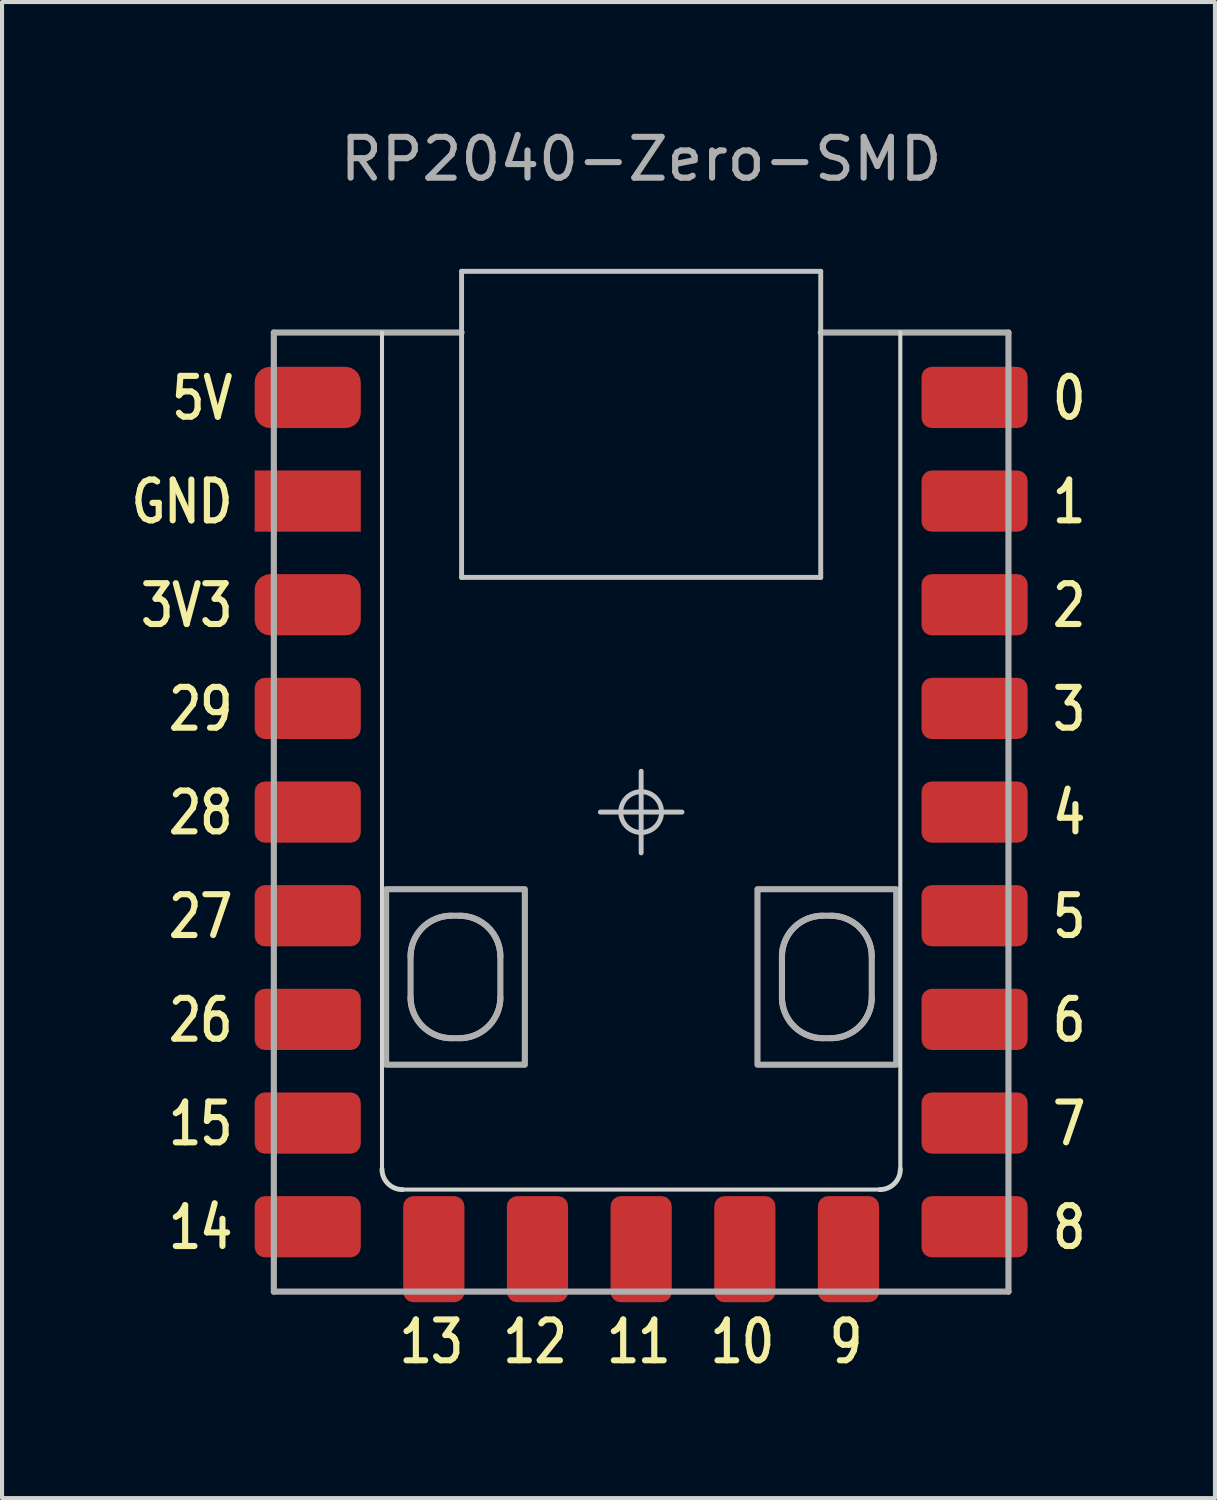
<source format=kicad_pcb>
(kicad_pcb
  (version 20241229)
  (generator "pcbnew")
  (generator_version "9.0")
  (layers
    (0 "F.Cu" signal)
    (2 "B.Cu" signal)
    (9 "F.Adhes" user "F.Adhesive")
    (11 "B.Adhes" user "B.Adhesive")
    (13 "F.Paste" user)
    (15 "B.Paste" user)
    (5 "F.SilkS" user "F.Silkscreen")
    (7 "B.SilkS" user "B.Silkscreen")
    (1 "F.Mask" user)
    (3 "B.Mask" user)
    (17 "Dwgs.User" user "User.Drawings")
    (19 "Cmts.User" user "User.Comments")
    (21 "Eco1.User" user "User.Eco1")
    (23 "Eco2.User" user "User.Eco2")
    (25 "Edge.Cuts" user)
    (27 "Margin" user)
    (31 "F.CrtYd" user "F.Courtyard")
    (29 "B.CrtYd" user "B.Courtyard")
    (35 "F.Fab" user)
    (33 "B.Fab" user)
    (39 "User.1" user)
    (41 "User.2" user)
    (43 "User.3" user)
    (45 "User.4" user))
  (footprint "RP2040-Zero-SMD"
    (layer "F.Cu")
    (at 12.66 16.848)
    (property "Reference" "RP2040-Zero-SMD" (at 0 -16 0) (layer "F.Fab") (effects (font (size 1 1) (thickness 0.15))))
    (attr through_hole exclude_from_pos_files)
    (fp_line (start -4.4 -5.75) (end -4.4 -13.25) (stroke (width 0.12) (type default)) (layer "Dwgs.User"))
    (fp_line (start -1 0) (end 1 0) (stroke (width 0.12) (type default)) (layer "Dwgs.User"))
    (fp_line (start 0 -1) (end 0 1) (stroke (width 0.12) (type default)) (layer "Dwgs.User"))
    (fp_line (start 4.4 -13.25) (end -4.4 -13.25) (stroke (width 0.12) (type default)) (layer "Dwgs.User"))
    (fp_line (start 4.4 -5.75) (end -4.4 -5.75) (stroke (width 0.12) (type default)) (layer "Dwgs.User"))
    (fp_line (start 4.4 -5.75) (end 4.4 -13.25) (stroke (width 0.12) (type default)) (layer "Dwgs.User"))
    (fp_circle (center 0 0) (end 0.5 0) (stroke (width 0.12) (type default)) (fill no) (layer "Dwgs.User"))
    (fp_line (start -6.35 -11.75) (end -6.35 8.75) (stroke (width 0.1) (type solid)) (layer "Edge.Cuts"))
    (fp_line (start -5.85 9.25) (end 5.85 9.25) (stroke (width 0.1) (type solid)) (layer "Edge.Cuts"))
    (fp_line (start 6.35 8.75) (end 6.35 -11.75) (stroke (width 0.1) (type solid)) (layer "Edge.Cuts"))
    (fp_arc (start -5.85 9.25) (mid -6.203553 9.103553) (end -6.35 8.75) (stroke (width 0.12) (type default)) (layer "Edge.Cuts"))
    (fp_arc (start 6.35 8.75) (mid 6.203553 9.103553) (end 5.85 9.25) (stroke (width 0.12) (type default)) (layer "Edge.Cuts"))
    (fp_line (start -9 -11.75) (end -4.4 -11.75) (stroke (width 0.15) (type default)) (layer "F.Fab"))
    (fp_line (start -9 11.75) (end -9 -11.75) (stroke (width 0.15) (type default)) (layer "F.Fab"))
    (fp_line (start -9 11.75) (end 9 11.75) (stroke (width 0.15) (type default)) (layer "F.Fab"))
    (fp_line (start -5.65 3.54) (end -5.649 3.489) (stroke (width 0.15) (type solid)) (layer "F.Fab"))
    (fp_line (start -5.65 4.54) (end -5.65 3.54) (stroke (width 0.15) (type solid)) (layer "F.Fab"))
    (fp_line (start -5.649 3.489) (end -5.645 3.438) (stroke (width 0.15) (type solid)) (layer "F.Fab"))
    (fp_line (start -5.649 4.591) (end -5.65 4.54) (stroke (width 0.15) (type solid)) (layer "F.Fab"))
    (fp_line (start -5.645 3.438) (end -5.638 3.388) (stroke (width 0.15) (type solid)) (layer "F.Fab"))
    (fp_line (start -5.645 4.642) (end -5.649 4.591) (stroke (width 0.15) (type solid)) (layer "F.Fab"))
    (fp_line (start -5.638 3.388) (end -5.63 3.339) (stroke (width 0.15) (type solid)) (layer "F.Fab"))
    (fp_line (start -5.638 4.692) (end -5.645 4.642) (stroke (width 0.15) (type solid)) (layer "F.Fab"))
    (fp_line (start -5.63 3.339) (end -5.618 3.29) (stroke (width 0.15) (type solid)) (layer "F.Fab"))
    (fp_line (start -5.63 4.741) (end -5.638 4.692) (stroke (width 0.15) (type solid)) (layer "F.Fab"))
    (fp_line (start -5.618 3.29) (end -5.605 3.243) (stroke (width 0.15) (type solid)) (layer "F.Fab"))
    (fp_line (start -5.618 4.79) (end -5.63 4.741) (stroke (width 0.15) (type solid)) (layer "F.Fab"))
    (fp_line (start -5.605 3.243) (end -5.589 3.196) (stroke (width 0.15) (type solid)) (layer "F.Fab"))
    (fp_line (start -5.605 4.837) (end -5.618 4.79) (stroke (width 0.15) (type solid)) (layer "F.Fab"))
    (fp_line (start -5.589 3.196) (end -5.571 3.151) (stroke (width 0.15) (type solid)) (layer "F.Fab"))
    (fp_line (start -5.589 4.884) (end -5.605 4.837) (stroke (width 0.15) (type solid)) (layer "F.Fab"))
    (fp_line (start -5.571 3.151) (end -5.551 3.107) (stroke (width 0.15) (type solid)) (layer "F.Fab"))
    (fp_line (start -5.571 4.929) (end -5.589 4.884) (stroke (width 0.15) (type solid)) (layer "F.Fab"))
    (fp_line (start -5.551 3.107) (end -5.529 3.064) (stroke (width 0.15) (type solid)) (layer "F.Fab"))
    (fp_line (start -5.551 4.973) (end -5.571 4.929) (stroke (width 0.15) (type solid)) (layer "F.Fab"))
    (fp_line (start -5.529 3.064) (end -5.505 3.022) (stroke (width 0.15) (type solid)) (layer "F.Fab"))
    (fp_line (start -5.529 5.016) (end -5.551 4.973) (stroke (width 0.15) (type solid)) (layer "F.Fab"))
    (fp_line (start -5.505 3.022) (end -5.479 2.981) (stroke (width 0.15) (type solid)) (layer "F.Fab"))
    (fp_line (start -5.505 5.058) (end -5.529 5.016) (stroke (width 0.15) (type solid)) (layer "F.Fab"))
    (fp_line (start -5.479 2.981) (end -5.451 2.942) (stroke (width 0.15) (type solid)) (layer "F.Fab"))
    (fp_line (start -5.479 5.099) (end -5.505 5.058) (stroke (width 0.15) (type solid)) (layer "F.Fab"))
    (fp_line (start -5.451 2.942) (end -5.422 2.904) (stroke (width 0.15) (type solid)) (layer "F.Fab"))
    (fp_line (start -5.451 5.138) (end -5.479 5.099) (stroke (width 0.15) (type solid)) (layer "F.Fab"))
    (fp_line (start -5.422 2.904) (end -5.39 2.868) (stroke (width 0.15) (type solid)) (layer "F.Fab"))
    (fp_line (start -5.422 5.176) (end -5.451 5.138) (stroke (width 0.15) (type solid)) (layer "F.Fab"))
    (fp_line (start -5.39 2.868) (end -5.357 2.833) (stroke (width 0.15) (type solid)) (layer "F.Fab"))
    (fp_line (start -5.39 5.212) (end -5.422 5.176) (stroke (width 0.15) (type solid)) (layer "F.Fab"))
    (fp_line (start -5.357 2.833) (end -5.322 2.8) (stroke (width 0.15) (type solid)) (layer "F.Fab"))
    (fp_line (start -5.357 5.247) (end -5.39 5.212) (stroke (width 0.15) (type solid)) (layer "F.Fab"))
    (fp_line (start -5.322 2.8) (end -5.286 2.768) (stroke (width 0.15) (type solid)) (layer "F.Fab"))
    (fp_line (start -5.322 5.28) (end -5.357 5.247) (stroke (width 0.15) (type solid)) (layer "F.Fab"))
    (fp_line (start -5.286 2.768) (end -5.248 2.739) (stroke (width 0.15) (type solid)) (layer "F.Fab"))
    (fp_line (start -5.286 5.312) (end -5.322 5.28) (stroke (width 0.15) (type solid)) (layer "F.Fab"))
    (fp_line (start -5.248 2.739) (end -5.209 2.711) (stroke (width 0.15) (type solid)) (layer "F.Fab"))
    (fp_line (start -5.248 5.341) (end -5.286 5.312) (stroke (width 0.15) (type solid)) (layer "F.Fab"))
    (fp_line (start -5.209 2.711) (end -5.168 2.685) (stroke (width 0.15) (type solid)) (layer "F.Fab"))
    (fp_line (start -5.209 5.369) (end -5.248 5.341) (stroke (width 0.15) (type solid)) (layer "F.Fab"))
    (fp_line (start -5.168 2.685) (end -5.126 2.661) (stroke (width 0.15) (type solid)) (layer "F.Fab"))
    (fp_line (start -5.168 5.395) (end -5.209 5.369) (stroke (width 0.15) (type solid)) (layer "F.Fab"))
    (fp_line (start -5.126 2.661) (end -5.083 2.639) (stroke (width 0.15) (type solid)) (layer "F.Fab"))
    (fp_line (start -5.126 5.419) (end -5.168 5.395) (stroke (width 0.15) (type solid)) (layer "F.Fab"))
    (fp_line (start -5.083 2.639) (end -5.039 2.619) (stroke (width 0.15) (type solid)) (layer "F.Fab"))
    (fp_line (start -5.083 5.441) (end -5.126 5.419) (stroke (width 0.15) (type solid)) (layer "F.Fab"))
    (fp_line (start -5.039 2.619) (end -4.994 2.601) (stroke (width 0.15) (type solid)) (layer "F.Fab"))
    (fp_line (start -5.039 5.461) (end -5.083 5.441) (stroke (width 0.15) (type solid)) (layer "F.Fab"))
    (fp_line (start -4.994 2.601) (end -4.947 2.585) (stroke (width 0.15) (type solid)) (layer "F.Fab"))
    (fp_line (start -4.994 5.479) (end -5.039 5.461) (stroke (width 0.15) (type solid)) (layer "F.Fab"))
    (fp_line (start -4.947 2.585) (end -4.9 2.572) (stroke (width 0.15) (type solid)) (layer "F.Fab"))
    (fp_line (start -4.947 5.495) (end -4.994 5.479) (stroke (width 0.15) (type solid)) (layer "F.Fab"))
    (fp_line (start -4.9 2.572) (end -4.851 2.56) (stroke (width 0.15) (type solid)) (layer "F.Fab"))
    (fp_line (start -4.9 5.508) (end -4.947 5.495) (stroke (width 0.15) (type solid)) (layer "F.Fab"))
    (fp_line (start -4.851 2.56) (end -4.802 2.552) (stroke (width 0.15) (type solid)) (layer "F.Fab"))
    (fp_line (start -4.851 5.52) (end -4.9 5.508) (stroke (width 0.15) (type solid)) (layer "F.Fab"))
    (fp_line (start -4.802 2.552) (end -4.752 2.545) (stroke (width 0.15) (type solid)) (layer "F.Fab"))
    (fp_line (start -4.802 5.528) (end -4.851 5.52) (stroke (width 0.15) (type solid)) (layer "F.Fab"))
    (fp_line (start -4.752 2.545) (end -4.701 2.541) (stroke (width 0.15) (type solid)) (layer "F.Fab"))
    (fp_line (start -4.752 5.535) (end -4.802 5.528) (stroke (width 0.15) (type solid)) (layer "F.Fab"))
    (fp_line (start -4.701 2.541) (end -4.65 2.54) (stroke (width 0.15) (type solid)) (layer "F.Fab"))
    (fp_line (start -4.701 5.539) (end -4.752 5.535) (stroke (width 0.15) (type solid)) (layer "F.Fab"))
    (fp_line (start -4.65 2.54) (end -4.45 2.54) (stroke (width 0.15) (type solid)) (layer "F.Fab"))
    (fp_line (start -4.65 5.54) (end -4.701 5.539) (stroke (width 0.15) (type solid)) (layer "F.Fab"))
    (fp_line (start -4.45 2.54) (end -4.399 2.541) (stroke (width 0.15) (type solid)) (layer "F.Fab"))
    (fp_line (start -4.45 5.54) (end -4.65 5.54) (stroke (width 0.15) (type solid)) (layer "F.Fab"))
    (fp_line (start -4.399 2.541) (end -4.348 2.545) (stroke (width 0.15) (type solid)) (layer "F.Fab"))
    (fp_line (start -4.399 5.539) (end -4.45 5.54) (stroke (width 0.15) (type solid)) (layer "F.Fab"))
    (fp_line (start -4.348 2.545) (end -4.298 2.552) (stroke (width 0.15) (type solid)) (layer "F.Fab"))
    (fp_line (start -4.348 5.535) (end -4.399 5.539) (stroke (width 0.15) (type solid)) (layer "F.Fab"))
    (fp_line (start -4.298 2.552) (end -4.249 2.56) (stroke (width 0.15) (type solid)) (layer "F.Fab"))
    (fp_line (start -4.298 5.528) (end -4.348 5.535) (stroke (width 0.15) (type solid)) (layer "F.Fab"))
    (fp_line (start -4.249 2.56) (end -4.2 2.572) (stroke (width 0.15) (type solid)) (layer "F.Fab"))
    (fp_line (start -4.249 5.52) (end -4.298 5.528) (stroke (width 0.15) (type solid)) (layer "F.Fab"))
    (fp_line (start -4.2 2.572) (end -4.153 2.585) (stroke (width 0.15) (type solid)) (layer "F.Fab"))
    (fp_line (start -4.2 5.508) (end -4.249 5.52) (stroke (width 0.15) (type solid)) (layer "F.Fab"))
    (fp_line (start -4.153 2.585) (end -4.106 2.601) (stroke (width 0.15) (type solid)) (layer "F.Fab"))
    (fp_line (start -4.153 5.495) (end -4.2 5.508) (stroke (width 0.15) (type solid)) (layer "F.Fab"))
    (fp_line (start -4.106 2.601) (end -4.061 2.619) (stroke (width 0.15) (type solid)) (layer "F.Fab"))
    (fp_line (start -4.106 5.479) (end -4.153 5.495) (stroke (width 0.15) (type solid)) (layer "F.Fab"))
    (fp_line (start -4.061 2.619) (end -4.017 2.639) (stroke (width 0.15) (type solid)) (layer "F.Fab"))
    (fp_line (start -4.061 5.461) (end -4.106 5.479) (stroke (width 0.15) (type solid)) (layer "F.Fab"))
    (fp_line (start -4.017 2.639) (end -3.974 2.661) (stroke (width 0.15) (type solid)) (layer "F.Fab"))
    (fp_line (start -4.017 5.441) (end -4.061 5.461) (stroke (width 0.15) (type solid)) (layer "F.Fab"))
    (fp_line (start -3.974 2.661) (end -3.932 2.685) (stroke (width 0.15) (type solid)) (layer "F.Fab"))
    (fp_line (start -3.974 5.419) (end -4.017 5.441) (stroke (width 0.15) (type solid)) (layer "F.Fab"))
    (fp_line (start -3.932 2.685) (end -3.891 2.711) (stroke (width 0.15) (type solid)) (layer "F.Fab"))
    (fp_line (start -3.932 5.395) (end -3.974 5.419) (stroke (width 0.15) (type solid)) (layer "F.Fab"))
    (fp_line (start -3.891 2.711) (end -3.852 2.739) (stroke (width 0.15) (type solid)) (layer "F.Fab"))
    (fp_line (start -3.891 5.369) (end -3.932 5.395) (stroke (width 0.15) (type solid)) (layer "F.Fab"))
    (fp_line (start -3.852 2.739) (end -3.814 2.768) (stroke (width 0.15) (type solid)) (layer "F.Fab"))
    (fp_line (start -3.852 5.341) (end -3.891 5.369) (stroke (width 0.15) (type solid)) (layer "F.Fab"))
    (fp_line (start -3.814 2.768) (end -3.778 2.8) (stroke (width 0.15) (type solid)) (layer "F.Fab"))
    (fp_line (start -3.814 5.312) (end -3.852 5.341) (stroke (width 0.15) (type solid)) (layer "F.Fab"))
    (fp_line (start -3.778 2.8) (end -3.743 2.833) (stroke (width 0.15) (type solid)) (layer "F.Fab"))
    (fp_line (start -3.778 5.28) (end -3.814 5.312) (stroke (width 0.15) (type solid)) (layer "F.Fab"))
    (fp_line (start -3.743 2.833) (end -3.71 2.868) (stroke (width 0.15) (type solid)) (layer "F.Fab"))
    (fp_line (start -3.743 5.247) (end -3.778 5.28) (stroke (width 0.15) (type solid)) (layer "F.Fab"))
    (fp_line (start -3.71 2.868) (end -3.678 2.904) (stroke (width 0.15) (type solid)) (layer "F.Fab"))
    (fp_line (start -3.71 5.212) (end -3.743 5.247) (stroke (width 0.15) (type solid)) (layer "F.Fab"))
    (fp_line (start -3.678 2.904) (end -3.649 2.942) (stroke (width 0.15) (type solid)) (layer "F.Fab"))
    (fp_line (start -3.678 5.176) (end -3.71 5.212) (stroke (width 0.15) (type solid)) (layer "F.Fab"))
    (fp_line (start -3.649 2.942) (end -3.621 2.981) (stroke (width 0.15) (type solid)) (layer "F.Fab"))
    (fp_line (start -3.649 5.138) (end -3.678 5.176) (stroke (width 0.15) (type solid)) (layer "F.Fab"))
    (fp_line (start -3.621 2.981) (end -3.595 3.022) (stroke (width 0.15) (type solid)) (layer "F.Fab"))
    (fp_line (start -3.621 5.099) (end -3.649 5.138) (stroke (width 0.15) (type solid)) (layer "F.Fab"))
    (fp_line (start -3.595 3.022) (end -3.571 3.064) (stroke (width 0.15) (type solid)) (layer "F.Fab"))
    (fp_line (start -3.595 5.058) (end -3.621 5.099) (stroke (width 0.15) (type solid)) (layer "F.Fab"))
    (fp_line (start -3.571 3.064) (end -3.549 3.107) (stroke (width 0.15) (type solid)) (layer "F.Fab"))
    (fp_line (start -3.571 5.016) (end -3.595 5.058) (stroke (width 0.15) (type solid)) (layer "F.Fab"))
    (fp_line (start -3.549 3.107) (end -3.529 3.151) (stroke (width 0.15) (type solid)) (layer "F.Fab"))
    (fp_line (start -3.549 4.973) (end -3.571 5.016) (stroke (width 0.15) (type solid)) (layer "F.Fab"))
    (fp_line (start -3.529 3.151) (end -3.511 3.196) (stroke (width 0.15) (type solid)) (layer "F.Fab"))
    (fp_line (start -3.529 4.929) (end -3.549 4.973) (stroke (width 0.15) (type solid)) (layer "F.Fab"))
    (fp_line (start -3.511 3.196) (end -3.495 3.243) (stroke (width 0.15) (type solid)) (layer "F.Fab"))
    (fp_line (start -3.511 4.884) (end -3.529 4.929) (stroke (width 0.15) (type solid)) (layer "F.Fab"))
    (fp_line (start -3.495 3.243) (end -3.482 3.29) (stroke (width 0.15) (type solid)) (layer "F.Fab"))
    (fp_line (start -3.495 4.837) (end -3.511 4.884) (stroke (width 0.15) (type solid)) (layer "F.Fab"))
    (fp_line (start -3.482 3.29) (end -3.47 3.339) (stroke (width 0.15) (type solid)) (layer "F.Fab"))
    (fp_line (start -3.482 4.79) (end -3.495 4.837) (stroke (width 0.15) (type solid)) (layer "F.Fab"))
    (fp_line (start -3.47 3.339) (end -3.462 3.388) (stroke (width 0.15) (type solid)) (layer "F.Fab"))
    (fp_line (start -3.47 4.741) (end -3.482 4.79) (stroke (width 0.15) (type solid)) (layer "F.Fab"))
    (fp_line (start -3.462 3.388) (end -3.455 3.438) (stroke (width 0.15) (type solid)) (layer "F.Fab"))
    (fp_line (start -3.462 4.692) (end -3.47 4.741) (stroke (width 0.15) (type solid)) (layer "F.Fab"))
    (fp_line (start -3.455 3.438) (end -3.451 3.489) (stroke (width 0.15) (type solid)) (layer "F.Fab"))
    (fp_line (start -3.455 4.642) (end -3.462 4.692) (stroke (width 0.15) (type solid)) (layer "F.Fab"))
    (fp_line (start -3.451 3.489) (end -3.45 3.54) (stroke (width 0.15) (type solid)) (layer "F.Fab"))
    (fp_line (start -3.451 4.591) (end -3.455 4.642) (stroke (width 0.15) (type solid)) (layer "F.Fab"))
    (fp_line (start -3.45 3.54) (end -3.45 4.54) (stroke (width 0.15) (type solid)) (layer "F.Fab"))
    (fp_line (start -3.45 4.54) (end -3.451 4.591) (stroke (width 0.15) (type solid)) (layer "F.Fab"))
    (fp_line (start 3.45 3.54) (end 3.451 3.489) (stroke (width 0.15) (type solid)) (layer "F.Fab"))
    (fp_line (start 3.45 4.54) (end 3.45 3.54) (stroke (width 0.15) (type solid)) (layer "F.Fab"))
    (fp_line (start 3.451 3.489) (end 3.455 3.438) (stroke (width 0.15) (type solid)) (layer "F.Fab"))
    (fp_line (start 3.451 4.591) (end 3.45 4.54) (stroke (width 0.15) (type solid)) (layer "F.Fab"))
    (fp_line (start 3.455 3.438) (end 3.462 3.388) (stroke (width 0.15) (type solid)) (layer "F.Fab"))
    (fp_line (start 3.455 4.642) (end 3.451 4.591) (stroke (width 0.15) (type solid)) (layer "F.Fab"))
    (fp_line (start 3.462 3.388) (end 3.47 3.339) (stroke (width 0.15) (type solid)) (layer "F.Fab"))
    (fp_line (start 3.462 4.692) (end 3.455 4.642) (stroke (width 0.15) (type solid)) (layer "F.Fab"))
    (fp_line (start 3.47 3.339) (end 3.482 3.29) (stroke (width 0.15) (type solid)) (layer "F.Fab"))
    (fp_line (start 3.47 4.741) (end 3.462 4.692) (stroke (width 0.15) (type solid)) (layer "F.Fab"))
    (fp_line (start 3.482 3.29) (end 3.495 3.243) (stroke (width 0.15) (type solid)) (layer "F.Fab"))
    (fp_line (start 3.482 4.79) (end 3.47 4.741) (stroke (width 0.15) (type solid)) (layer "F.Fab"))
    (fp_line (start 3.495 3.243) (end 3.511 3.196) (stroke (width 0.15) (type solid)) (layer "F.Fab"))
    (fp_line (start 3.495 4.837) (end 3.482 4.79) (stroke (width 0.15) (type solid)) (layer "F.Fab"))
    (fp_line (start 3.511 3.196) (end 3.529 3.151) (stroke (width 0.15) (type solid)) (layer "F.Fab"))
    (fp_line (start 3.511 4.884) (end 3.495 4.837) (stroke (width 0.15) (type solid)) (layer "F.Fab"))
    (fp_line (start 3.529 3.151) (end 3.549 3.107) (stroke (width 0.15) (type solid)) (layer "F.Fab"))
    (fp_line (start 3.529 4.929) (end 3.511 4.884) (stroke (width 0.15) (type solid)) (layer "F.Fab"))
    (fp_line (start 3.549 3.107) (end 3.571 3.064) (stroke (width 0.15) (type solid)) (layer "F.Fab"))
    (fp_line (start 3.549 4.973) (end 3.529 4.929) (stroke (width 0.15) (type solid)) (layer "F.Fab"))
    (fp_line (start 3.571 3.064) (end 3.595 3.022) (stroke (width 0.15) (type solid)) (layer "F.Fab"))
    (fp_line (start 3.571 5.016) (end 3.549 4.973) (stroke (width 0.15) (type solid)) (layer "F.Fab"))
    (fp_line (start 3.595 3.022) (end 3.621 2.981) (stroke (width 0.15) (type solid)) (layer "F.Fab"))
    (fp_line (start 3.595 5.058) (end 3.571 5.016) (stroke (width 0.15) (type solid)) (layer "F.Fab"))
    (fp_line (start 3.621 2.981) (end 3.649 2.942) (stroke (width 0.15) (type solid)) (layer "F.Fab"))
    (fp_line (start 3.621 5.099) (end 3.595 5.058) (stroke (width 0.15) (type solid)) (layer "F.Fab"))
    (fp_line (start 3.649 2.942) (end 3.678 2.904) (stroke (width 0.15) (type solid)) (layer "F.Fab"))
    (fp_line (start 3.649 5.138) (end 3.621 5.099) (stroke (width 0.15) (type solid)) (layer "F.Fab"))
    (fp_line (start 3.678 2.904) (end 3.71 2.868) (stroke (width 0.15) (type solid)) (layer "F.Fab"))
    (fp_line (start 3.678 5.176) (end 3.649 5.138) (stroke (width 0.15) (type solid)) (layer "F.Fab"))
    (fp_line (start 3.71 2.868) (end 3.743 2.833) (stroke (width 0.15) (type solid)) (layer "F.Fab"))
    (fp_line (start 3.71 5.212) (end 3.678 5.176) (stroke (width 0.15) (type solid)) (layer "F.Fab"))
    (fp_line (start 3.743 2.833) (end 3.778 2.8) (stroke (width 0.15) (type solid)) (layer "F.Fab"))
    (fp_line (start 3.743 5.247) (end 3.71 5.212) (stroke (width 0.15) (type solid)) (layer "F.Fab"))
    (fp_line (start 3.778 2.8) (end 3.814 2.768) (stroke (width 0.15) (type solid)) (layer "F.Fab"))
    (fp_line (start 3.778 5.28) (end 3.743 5.247) (stroke (width 0.15) (type solid)) (layer "F.Fab"))
    (fp_line (start 3.814 2.768) (end 3.852 2.739) (stroke (width 0.15) (type solid)) (layer "F.Fab"))
    (fp_line (start 3.814 5.312) (end 3.778 5.28) (stroke (width 0.15) (type solid)) (layer "F.Fab"))
    (fp_line (start 3.852 2.739) (end 3.891 2.711) (stroke (width 0.15) (type solid)) (layer "F.Fab"))
    (fp_line (start 3.852 5.341) (end 3.814 5.312) (stroke (width 0.15) (type solid)) (layer "F.Fab"))
    (fp_line (start 3.891 2.711) (end 3.932 2.685) (stroke (width 0.15) (type solid)) (layer "F.Fab"))
    (fp_line (start 3.891 5.369) (end 3.852 5.341) (stroke (width 0.15) (type solid)) (layer "F.Fab"))
    (fp_line (start 3.932 2.685) (end 3.974 2.661) (stroke (width 0.15) (type solid)) (layer "F.Fab"))
    (fp_line (start 3.932 5.395) (end 3.891 5.369) (stroke (width 0.15) (type solid)) (layer "F.Fab"))
    (fp_line (start 3.974 2.661) (end 4.017 2.639) (stroke (width 0.15) (type solid)) (layer "F.Fab"))
    (fp_line (start 3.974 5.419) (end 3.932 5.395) (stroke (width 0.15) (type solid)) (layer "F.Fab"))
    (fp_line (start 4.017 2.639) (end 4.061 2.619) (stroke (width 0.15) (type solid)) (layer "F.Fab"))
    (fp_line (start 4.017 5.441) (end 3.974 5.419) (stroke (width 0.15) (type solid)) (layer "F.Fab"))
    (fp_line (start 4.061 2.619) (end 4.106 2.601) (stroke (width 0.15) (type solid)) (layer "F.Fab"))
    (fp_line (start 4.061 5.461) (end 4.017 5.441) (stroke (width 0.15) (type solid)) (layer "F.Fab"))
    (fp_line (start 4.106 2.601) (end 4.153 2.585) (stroke (width 0.15) (type solid)) (layer "F.Fab"))
    (fp_line (start 4.106 5.479) (end 4.061 5.461) (stroke (width 0.15) (type solid)) (layer "F.Fab"))
    (fp_line (start 4.153 2.585) (end 4.2 2.572) (stroke (width 0.15) (type solid)) (layer "F.Fab"))
    (fp_line (start 4.153 5.495) (end 4.106 5.479) (stroke (width 0.15) (type solid)) (layer "F.Fab"))
    (fp_line (start 4.2 2.572) (end 4.249 2.56) (stroke (width 0.15) (type solid)) (layer "F.Fab"))
    (fp_line (start 4.2 5.508) (end 4.153 5.495) (stroke (width 0.15) (type solid)) (layer "F.Fab"))
    (fp_line (start 4.249 2.56) (end 4.298 2.552) (stroke (width 0.15) (type solid)) (layer "F.Fab"))
    (fp_line (start 4.249 5.52) (end 4.2 5.508) (stroke (width 0.15) (type solid)) (layer "F.Fab"))
    (fp_line (start 4.298 2.552) (end 4.348 2.545) (stroke (width 0.15) (type solid)) (layer "F.Fab"))
    (fp_line (start 4.298 5.528) (end 4.249 5.52) (stroke (width 0.15) (type solid)) (layer "F.Fab"))
    (fp_line (start 4.348 2.545) (end 4.399 2.541) (stroke (width 0.15) (type solid)) (layer "F.Fab"))
    (fp_line (start 4.348 5.535) (end 4.298 5.528) (stroke (width 0.15) (type solid)) (layer "F.Fab"))
    (fp_line (start 4.399 2.541) (end 4.45 2.54) (stroke (width 0.15) (type solid)) (layer "F.Fab"))
    (fp_line (start 4.399 5.539) (end 4.348 5.535) (stroke (width 0.15) (type solid)) (layer "F.Fab"))
    (fp_line (start 4.4 -11.75) (end 9 -11.75) (stroke (width 0.15) (type default)) (layer "F.Fab"))
    (fp_line (start 4.45 2.54) (end 4.65 2.54) (stroke (width 0.15) (type solid)) (layer "F.Fab"))
    (fp_line (start 4.45 5.54) (end 4.399 5.539) (stroke (width 0.15) (type solid)) (layer "F.Fab"))
    (fp_line (start 4.65 2.54) (end 4.701 2.541) (stroke (width 0.15) (type solid)) (layer "F.Fab"))
    (fp_line (start 4.65 5.54) (end 4.45 5.54) (stroke (width 0.15) (type solid)) (layer "F.Fab"))
    (fp_line (start 4.701 2.541) (end 4.752 2.545) (stroke (width 0.15) (type solid)) (layer "F.Fab"))
    (fp_line (start 4.701 5.539) (end 4.65 5.54) (stroke (width 0.15) (type solid)) (layer "F.Fab"))
    (fp_line (start 4.752 2.545) (end 4.802 2.552) (stroke (width 0.15) (type solid)) (layer "F.Fab"))
    (fp_line (start 4.752 5.535) (end 4.701 5.539) (stroke (width 0.15) (type solid)) (layer "F.Fab"))
    (fp_line (start 4.802 2.552) (end 4.851 2.56) (stroke (width 0.15) (type solid)) (layer "F.Fab"))
    (fp_line (start 4.802 5.528) (end 4.752 5.535) (stroke (width 0.15) (type solid)) (layer "F.Fab"))
    (fp_line (start 4.851 2.56) (end 4.9 2.572) (stroke (width 0.15) (type solid)) (layer "F.Fab"))
    (fp_line (start 4.851 5.52) (end 4.802 5.528) (stroke (width 0.15) (type solid)) (layer "F.Fab"))
    (fp_line (start 4.9 2.572) (end 4.947 2.585) (stroke (width 0.15) (type solid)) (layer "F.Fab"))
    (fp_line (start 4.9 5.508) (end 4.851 5.52) (stroke (width 0.15) (type solid)) (layer "F.Fab"))
    (fp_line (start 4.947 2.585) (end 4.994 2.601) (stroke (width 0.15) (type solid)) (layer "F.Fab"))
    (fp_line (start 4.947 5.495) (end 4.9 5.508) (stroke (width 0.15) (type solid)) (layer "F.Fab"))
    (fp_line (start 4.994 2.601) (end 5.039 2.619) (stroke (width 0.15) (type solid)) (layer "F.Fab"))
    (fp_line (start 4.994 5.479) (end 4.947 5.495) (stroke (width 0.15) (type solid)) (layer "F.Fab"))
    (fp_line (start 5.039 2.619) (end 5.083 2.639) (stroke (width 0.15) (type solid)) (layer "F.Fab"))
    (fp_line (start 5.039 5.461) (end 4.994 5.479) (stroke (width 0.15) (type solid)) (layer "F.Fab"))
    (fp_line (start 5.083 2.639) (end 5.126 2.661) (stroke (width 0.15) (type solid)) (layer "F.Fab"))
    (fp_line (start 5.083 5.441) (end 5.039 5.461) (stroke (width 0.15) (type solid)) (layer "F.Fab"))
    (fp_line (start 5.126 2.661) (end 5.168 2.685) (stroke (width 0.15) (type solid)) (layer "F.Fab"))
    (fp_line (start 5.126 5.419) (end 5.083 5.441) (stroke (width 0.15) (type solid)) (layer "F.Fab"))
    (fp_line (start 5.168 2.685) (end 5.209 2.711) (stroke (width 0.15) (type solid)) (layer "F.Fab"))
    (fp_line (start 5.168 5.395) (end 5.126 5.419) (stroke (width 0.15) (type solid)) (layer "F.Fab"))
    (fp_line (start 5.209 2.711) (end 5.248 2.739) (stroke (width 0.15) (type solid)) (layer "F.Fab"))
    (fp_line (start 5.209 5.369) (end 5.168 5.395) (stroke (width 0.15) (type solid)) (layer "F.Fab"))
    (fp_line (start 5.248 2.739) (end 5.286 2.768) (stroke (width 0.15) (type solid)) (layer "F.Fab"))
    (fp_line (start 5.248 5.341) (end 5.209 5.369) (stroke (width 0.15) (type solid)) (layer "F.Fab"))
    (fp_line (start 5.286 2.768) (end 5.322 2.8) (stroke (width 0.15) (type solid)) (layer "F.Fab"))
    (fp_line (start 5.286 5.312) (end 5.248 5.341) (stroke (width 0.15) (type solid)) (layer "F.Fab"))
    (fp_line (start 5.322 2.8) (end 5.357 2.833) (stroke (width 0.15) (type solid)) (layer "F.Fab"))
    (fp_line (start 5.322 5.28) (end 5.286 5.312) (stroke (width 0.15) (type solid)) (layer "F.Fab"))
    (fp_line (start 5.357 2.833) (end 5.39 2.868) (stroke (width 0.15) (type solid)) (layer "F.Fab"))
    (fp_line (start 5.357 5.247) (end 5.322 5.28) (stroke (width 0.15) (type solid)) (layer "F.Fab"))
    (fp_line (start 5.39 2.868) (end 5.422 2.904) (stroke (width 0.15) (type solid)) (layer "F.Fab"))
    (fp_line (start 5.39 5.212) (end 5.357 5.247) (stroke (width 0.15) (type solid)) (layer "F.Fab"))
    (fp_line (start 5.422 2.904) (end 5.451 2.942) (stroke (width 0.15) (type solid)) (layer "F.Fab"))
    (fp_line (start 5.422 5.176) (end 5.39 5.212) (stroke (width 0.15) (type solid)) (layer "F.Fab"))
    (fp_line (start 5.451 2.942) (end 5.479 2.981) (stroke (width 0.15) (type solid)) (layer "F.Fab"))
    (fp_line (start 5.451 5.138) (end 5.422 5.176) (stroke (width 0.15) (type solid)) (layer "F.Fab"))
    (fp_line (start 5.479 2.981) (end 5.505 3.022) (stroke (width 0.15) (type solid)) (layer "F.Fab"))
    (fp_line (start 5.479 5.099) (end 5.451 5.138) (stroke (width 0.15) (type solid)) (layer "F.Fab"))
    (fp_line (start 5.505 3.022) (end 5.529 3.064) (stroke (width 0.15) (type solid)) (layer "F.Fab"))
    (fp_line (start 5.505 5.058) (end 5.479 5.099) (stroke (width 0.15) (type solid)) (layer "F.Fab"))
    (fp_line (start 5.529 3.064) (end 5.551 3.107) (stroke (width 0.15) (type solid)) (layer "F.Fab"))
    (fp_line (start 5.529 5.016) (end 5.505 5.058) (stroke (width 0.15) (type solid)) (layer "F.Fab"))
    (fp_line (start 5.551 3.107) (end 5.571 3.151) (stroke (width 0.15) (type solid)) (layer "F.Fab"))
    (fp_line (start 5.551 4.973) (end 5.529 5.016) (stroke (width 0.15) (type solid)) (layer "F.Fab"))
    (fp_line (start 5.571 3.151) (end 5.589 3.196) (stroke (width 0.15) (type solid)) (layer "F.Fab"))
    (fp_line (start 5.571 4.929) (end 5.551 4.973) (stroke (width 0.15) (type solid)) (layer "F.Fab"))
    (fp_line (start 5.589 3.196) (end 5.605 3.243) (stroke (width 0.15) (type solid)) (layer "F.Fab"))
    (fp_line (start 5.589 4.884) (end 5.571 4.929) (stroke (width 0.15) (type solid)) (layer "F.Fab"))
    (fp_line (start 5.605 3.243) (end 5.618 3.29) (stroke (width 0.15) (type solid)) (layer "F.Fab"))
    (fp_line (start 5.605 4.837) (end 5.589 4.884) (stroke (width 0.15) (type solid)) (layer "F.Fab"))
    (fp_line (start 5.618 3.29) (end 5.63 3.339) (stroke (width 0.15) (type solid)) (layer "F.Fab"))
    (fp_line (start 5.618 4.79) (end 5.605 4.837) (stroke (width 0.15) (type solid)) (layer "F.Fab"))
    (fp_line (start 5.63 3.339) (end 5.638 3.388) (stroke (width 0.15) (type solid)) (layer "F.Fab"))
    (fp_line (start 5.63 4.741) (end 5.618 4.79) (stroke (width 0.15) (type solid)) (layer "F.Fab"))
    (fp_line (start 5.638 3.388) (end 5.645 3.438) (stroke (width 0.15) (type solid)) (layer "F.Fab"))
    (fp_line (start 5.638 4.692) (end 5.63 4.741) (stroke (width 0.15) (type solid)) (layer "F.Fab"))
    (fp_line (start 5.645 3.438) (end 5.649 3.489) (stroke (width 0.15) (type solid)) (layer "F.Fab"))
    (fp_line (start 5.645 4.642) (end 5.638 4.692) (stroke (width 0.15) (type solid)) (layer "F.Fab"))
    (fp_line (start 5.649 3.489) (end 5.65 3.54) (stroke (width 0.15) (type solid)) (layer "F.Fab"))
    (fp_line (start 5.649 4.591) (end 5.645 4.642) (stroke (width 0.15) (type solid)) (layer "F.Fab"))
    (fp_line (start 5.65 3.54) (end 5.65 4.54) (stroke (width 0.15) (type solid)) (layer "F.Fab"))
    (fp_line (start 5.65 4.54) (end 5.649 4.591) (stroke (width 0.15) (type solid)) (layer "F.Fab"))
    (fp_line (start 9 11.75) (end 9 -11.75) (stroke (width 0.15) (type default)) (layer "F.Fab"))
    (fp_rect (start -6.25 1.89) (end -2.85 6.19) (stroke (width 0.15) (type default)) (fill no) (layer "F.Fab"))
    (fp_rect (start 2.85 1.89) (end 6.25 6.19) (stroke (width 0.15) (type default)) (fill no) (layer "F.Fab"))
    (fp_text user "13" (at -6 13.563 0) (unlocked yes) (layer "F.SilkS") (effects (font (size 1 0.8) (thickness 0.15)) (justify left bottom)))
    (fp_text user "5" (at 10.008 3.142 0) (unlocked yes) (layer "F.SilkS") (effects (font (size 1 0.8) (thickness 0.15)) (justify left bottom)))
    (fp_text user "3" (at 10.008 -1.938 0) (unlocked yes) (layer "F.SilkS") (effects (font (size 1 0.8) (thickness 0.15)) (justify left bottom)))
    (fp_text user "7" (at 10.008 8.222 0) (unlocked yes) (layer "F.SilkS") (effects (font (size 1 0.8) (thickness 0.15)) (justify left bottom)))
    (fp_text user "3V3" (at -9.932 -4.478 0) (unlocked yes) (layer "F.SilkS") (effects (font (size 1 0.8) (thickness 0.15)) (justify right bottom)))
    (fp_text user "15" (at -9.932 8.222 0) (unlocked yes) (layer "F.SilkS") (effects (font (size 1 0.8) (thickness 0.15)) (justify right bottom)))
    (fp_text user "26" (at -9.932 5.682 0) (unlocked yes) (layer "F.SilkS") (effects (font (size 1 0.8) (thickness 0.15)) (justify right bottom)))
    (fp_text user "4" (at 10.008 0.602 0) (unlocked yes) (layer "F.SilkS") (effects (font (size 1 0.8) (thickness 0.15)) (justify left bottom)))
    (fp_text user "28" (at -9.932 0.602 0) (unlocked yes) (layer "F.SilkS") (effects (font (size 1 0.8) (thickness 0.15)) (justify right bottom)))
    (fp_text user "GND" (at -9.932 -7.018 0) (unlocked yes) (layer "F.SilkS") (effects (font (size 1 0.8) (thickness 0.15)) (justify right bottom)))
    (fp_text user "9" (at 4.541 13.563 0) (unlocked yes) (layer "F.SilkS") (effects (font (size 1 0.8) (thickness 0.15)) (justify left bottom)))
    (fp_text user "8" (at 10.008 10.762 0) (unlocked yes) (layer "F.SilkS") (effects (font (size 1 0.8) (thickness 0.15)) (justify left bottom)))
    (fp_text user "29" (at -9.932 -1.938 0) (unlocked yes) (layer "F.SilkS") (effects (font (size 1 0.8) (thickness 0.15)) (justify right bottom)))
    (fp_text user "14" (at -9.932 10.762 0) (unlocked yes) (layer "F.SilkS") (effects (font (size 1 0.8) (thickness 0.15)) (justify right bottom)))
    (fp_text user "11" (at -0.92 13.563 0) (unlocked yes) (layer "F.SilkS") (effects (font (size 1 0.8) (thickness 0.15)) (justify left bottom)))
    (fp_text user "5V" (at -9.932 -9.558 0) (unlocked yes) (layer "F.SilkS") (effects (font (size 1 0.8) (thickness 0.15)) (justify right bottom)))
    (fp_text user "1" (at 10.008 -7.018 0) (unlocked yes) (layer "F.SilkS") (effects (font (size 1 0.8) (thickness 0.15)) (justify left bottom)))
    (fp_text user "27" (at -9.932 3.142 0) (unlocked yes) (layer "F.SilkS") (effects (font (size 1 0.8) (thickness 0.15)) (justify right bottom)))
    (fp_text user "12" (at -3.46 13.563 0) (unlocked yes) (layer "F.SilkS") (effects (font (size 1 0.8) (thickness 0.15)) (justify left bottom)))
    (fp_text user "6" (at 10.008 5.682 0) (unlocked yes) (layer "F.SilkS") (effects (font (size 1 0.8) (thickness 0.15)) (justify left bottom)))
    (fp_text user "0" (at 10.008 -9.558 0) (unlocked yes) (layer "F.SilkS") (effects (font (size 1 0.8) (thickness 0.15)) (justify left bottom)))
    (fp_text user "2" (at 10.008 -4.478 0) (unlocked yes) (layer "F.SilkS") (effects (font (size 1 0.8) (thickness 0.15)) (justify left bottom)))
    (fp_text user "10" (at 1.62 13.563 0) (unlocked yes) (layer "F.SilkS") (effects (font (size 1 0.8) (thickness 0.15)) (justify left bottom)))
    (pad "0" smd roundrect (at 7.67 -10.16 180) (size 2.6 1.5) (drill (offset -0.5 0)) (layers "F.Cu" "F.Mask" "F.Paste") (roundrect_rratio 0.167))
    (pad "1" smd roundrect (at 7.67 -7.62 180) (size 2.6 1.5) (drill (offset -0.5 0)) (layers "F.Cu" "F.Mask" "F.Paste") (roundrect_rratio 0.167))
    (pad "2" smd roundrect (at 7.67 -5.08 180) (size 2.6 1.5) (drill (offset -0.5 0)) (layers "F.Cu" "F.Mask" "F.Paste") (roundrect_rratio 0.167))
    (pad "3" smd roundrect (at 7.67 -2.54 180) (size 2.6 1.5) (drill (offset -0.5 0)) (layers "F.Cu" "F.Mask" "F.Paste") (roundrect_rratio 0.167))
    (pad "4" smd roundrect (at 7.67 0 180) (size 2.6 1.5) (drill (offset -0.5 0)) (layers "F.Cu" "F.Mask" "F.Paste") (roundrect_rratio 0.167))
    (pad "5" smd roundrect (at 7.67 2.54 180) (size 2.6 1.5) (drill (offset -0.5 0)) (layers "F.Cu" "F.Mask" "F.Paste") (roundrect_rratio 0.167))
    (pad "6" smd roundrect (at 7.67 5.08 180) (size 2.6 1.5) (drill (offset -0.5 0)) (layers "F.Cu" "F.Mask" "F.Paste") (roundrect_rratio 0.167))
    (pad "7" smd roundrect (at 7.67 7.62 180) (size 2.6 1.5) (drill (offset -0.5 0)) (layers "F.Cu" "F.Mask" "F.Paste") (roundrect_rratio 0.167))
    (pad "8" smd roundrect (at 7.67 10.16 180) (size 2.6 1.5) (drill (offset -0.5 0)) (layers "F.Cu" "F.Mask" "F.Paste") (roundrect_rratio 0.167))
    (pad "9" smd roundrect (at 5.08 10.21 90) (size 2.6 1.5) (drill (offset -0.5 0)) (layers "F.Cu" "F.Mask" "F.Paste") (roundrect_rratio 0.167))
    (pad "10" smd roundrect (at 2.54 10.21 90) (size 2.6 1.5) (drill (offset -0.5 0)) (layers "F.Cu" "F.Mask" "F.Paste") (roundrect_rratio 0.167))
    (pad "11" smd roundrect (at 0 10.21 90) (size 2.6 1.5) (drill (offset -0.5 0)) (layers "F.Cu" "F.Mask" "F.Paste") (roundrect_rratio 0.167))
    (pad "12" smd roundrect (at -2.54 10.21 90) (size 2.6 1.5) (drill (offset -0.5 0)) (layers "F.Cu" "F.Mask" "F.Paste") (roundrect_rratio 0.167))
    (pad "13" smd roundrect (at -5.08 10.21 90) (size 2.6 1.5) (drill (offset -0.5 0)) (layers "F.Cu" "F.Mask" "F.Paste") (roundrect_rratio 0.167))
    (pad "14" smd roundrect (at -7.67 10.16) (size 2.6 1.5) (drill (offset -0.5 0)) (layers "F.Cu" "F.Mask" "F.Paste") (roundrect_rratio 0.167))
    (pad "15" smd roundrect (at -7.67 7.62) (size 2.6 1.5) (drill (offset -0.5 0)) (layers "F.Cu" "F.Mask" "F.Paste") (roundrect_rratio 0.167))
    (pad "26" smd roundrect (at -7.67 5.08) (size 2.6 1.5) (drill (offset -0.5 0)) (layers "F.Cu" "F.Mask" "F.Paste") (roundrect_rratio 0.167))
    (pad "27" smd roundrect (at -7.67 2.54) (size 2.6 1.5) (drill (offset -0.5 0)) (layers "F.Cu" "F.Mask" "F.Paste") (roundrect_rratio 0.167))
    (pad "28" smd roundrect (at -7.67 0) (size 2.6 1.5) (drill (offset -0.5 0)) (layers "F.Cu" "F.Mask" "F.Paste") (roundrect_rratio 0.167))
    (pad "29" smd roundrect (at -7.67 -2.54) (size 2.6 1.5) (drill (offset -0.5 0)) (layers "F.Cu" "F.Mask" "F.Paste") (roundrect_rratio 0.167))
    (pad "30" smd roundrect (at -7.67 -5.08) (size 2.6 1.5) (drill (offset -0.5 0)) (layers "F.Cu" "F.Mask" "F.Paste") (roundrect_rratio 0.25))
    (pad "31" smd rect (at -7.67 -7.62) (size 2.6 1.5) (drill (offset -0.5 0)) (layers "F.Cu" "F.Mask" "F.Paste"))
    (pad "32" smd roundrect (at -7.67 -10.16) (size 2.6 1.5) (drill (offset -0.5 0)) (layers "F.Cu" "F.Mask" "F.Paste") (roundrect_rratio 0.25)))
  (gr_rect
    (start -3 -3)
    (end 26.72 33.658)
    (stroke (width 0.1) (type default))
    (fill no)
    (layer "Edge.Cuts")))
</source>
